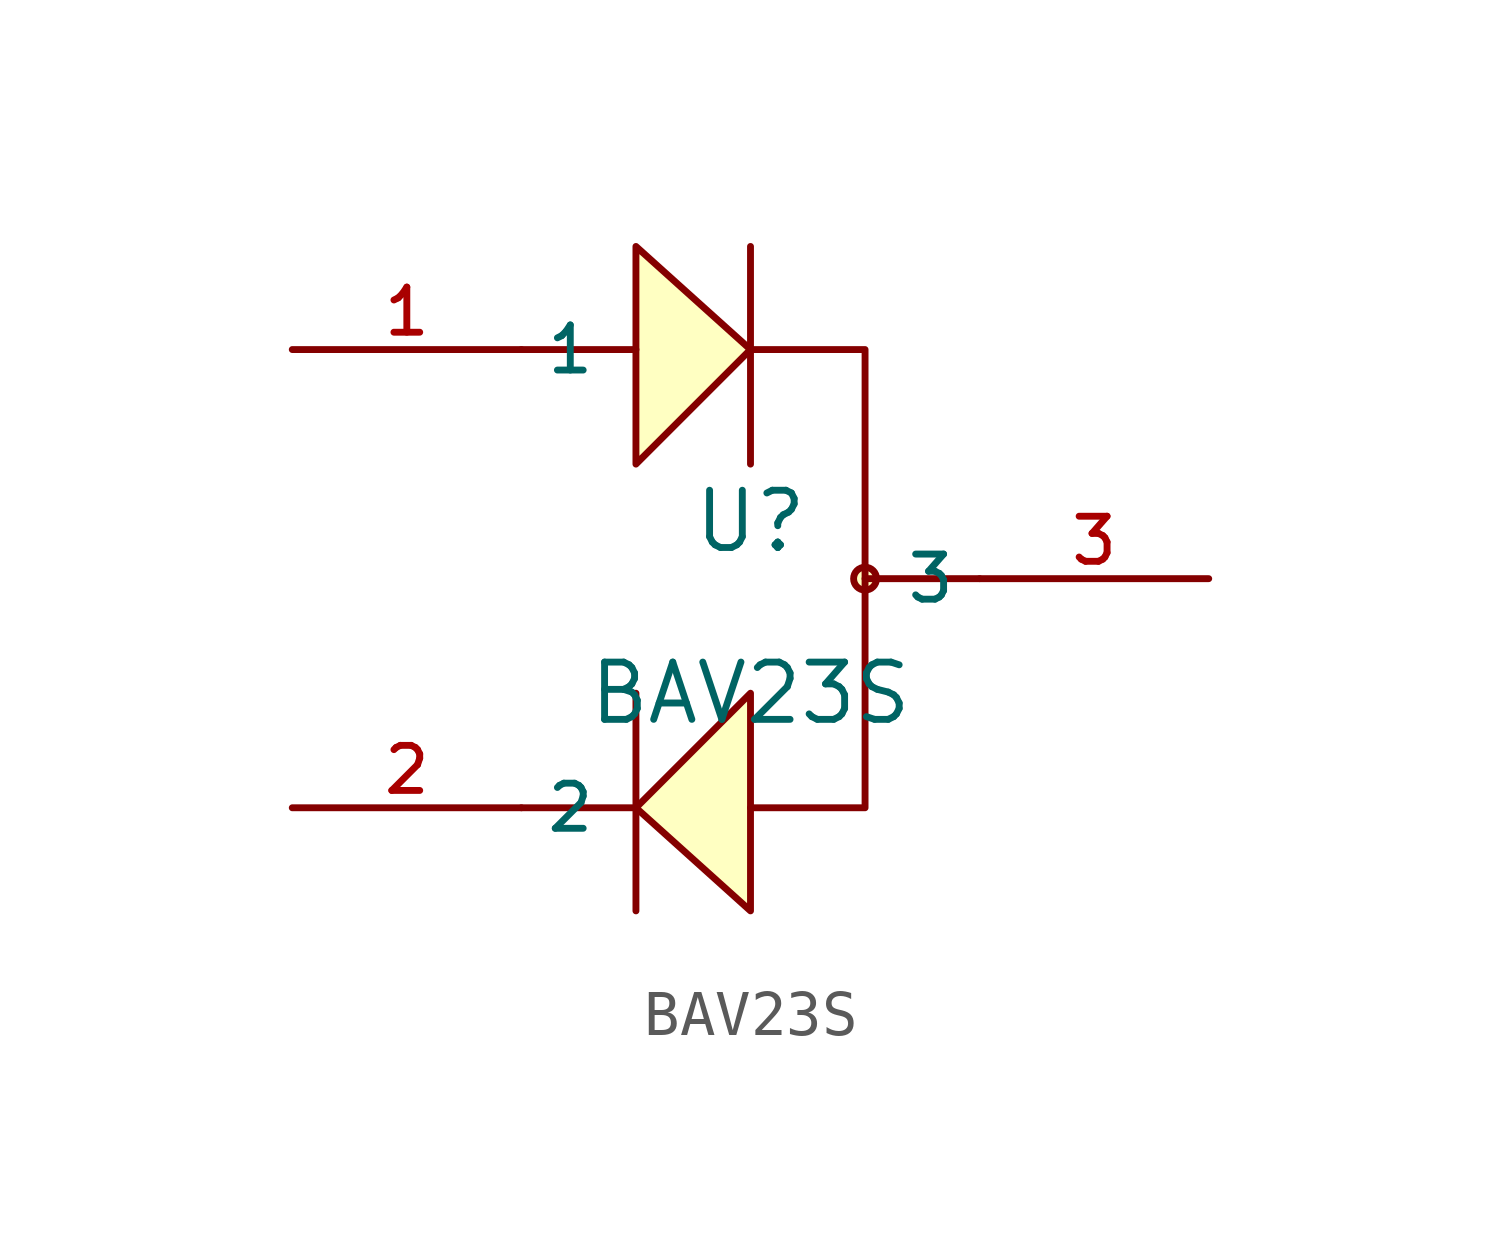
<source format=kicad_sym>
(kicad_symbol_lib
  (version 20231120)
  (generator "kicad_symbol_editor")
  (generator_version "8.0")
  (symbol "BAV23S"
    (property "Reference" "U"
      (at 0 1.27 0)
      (effects (font (size 1.27 1.27))))
    (property "Value" "BAV23S"
      (at 0 -2.54 0)
      (effects (font (size 1.27 1.27))))
    (symbol "BAV23S_0_1"
      (polyline (pts (xy -5.08 5.08) (xy -2.54 5.08)) (stroke (width 0) (type default)) (fill (type none)))
      (polyline (pts (xy -2.54 -7.366) (xy -2.54 -2.54)) (stroke (width 0) (type default)) (fill (type none)))
      (polyline (pts (xy -2.54 -5.08) (xy -5.08 -5.08)) (stroke (width 0) (type default)) (fill (type none)))
      (polyline (pts (xy 0 7.366) (xy 0 2.54)) (stroke (width 0) (type default)) (fill (type none)))
      (polyline (pts (xy 5.08 0) (xy 2.54 0)) (stroke (width 0) (type default)) (fill (type none)))
      (polyline (pts (xy -2.54 2.54) (xy 0 5.08) (xy -2.54 7.366) (xy -2.54 2.54)) (stroke (width 0) (type default)) (fill (type background)))
      (polyline (pts (xy 0 -2.54) (xy -2.54 -5.08) (xy 0 -7.366) (xy 0 -2.54)) (stroke (width 0) (type default)) (fill (type background)))
      (polyline (pts (xy 0 5.08) (xy 2.54 5.08) (xy 2.54 -5.08) (xy 0 -5.08)) (stroke (width 0) (type default)) (fill (type none)))
      (circle (center 2.54 0) (radius 0.254) (stroke (width 0) (type default)) (fill (type background))))
    (symbol "BAV23S_1_1"
      (pin passive line (at -10.16 5.08 0) (length 5.08) (name "1" (effects (font (size 1 1)))) (number "1" (effects (font (size 1 1)))))
      (pin passive line (at -10.16 -5.08 0) (length 5.08) (name "2" (effects (font (size 1 1)))) (number "2" (effects (font (size 1 1)))))
      (pin passive line (at 10.16 0 180) (length 5.08) (name "3" (effects (font (size 1 1)))) (number "3" (effects (font (size 1 1))))))))
</source>
